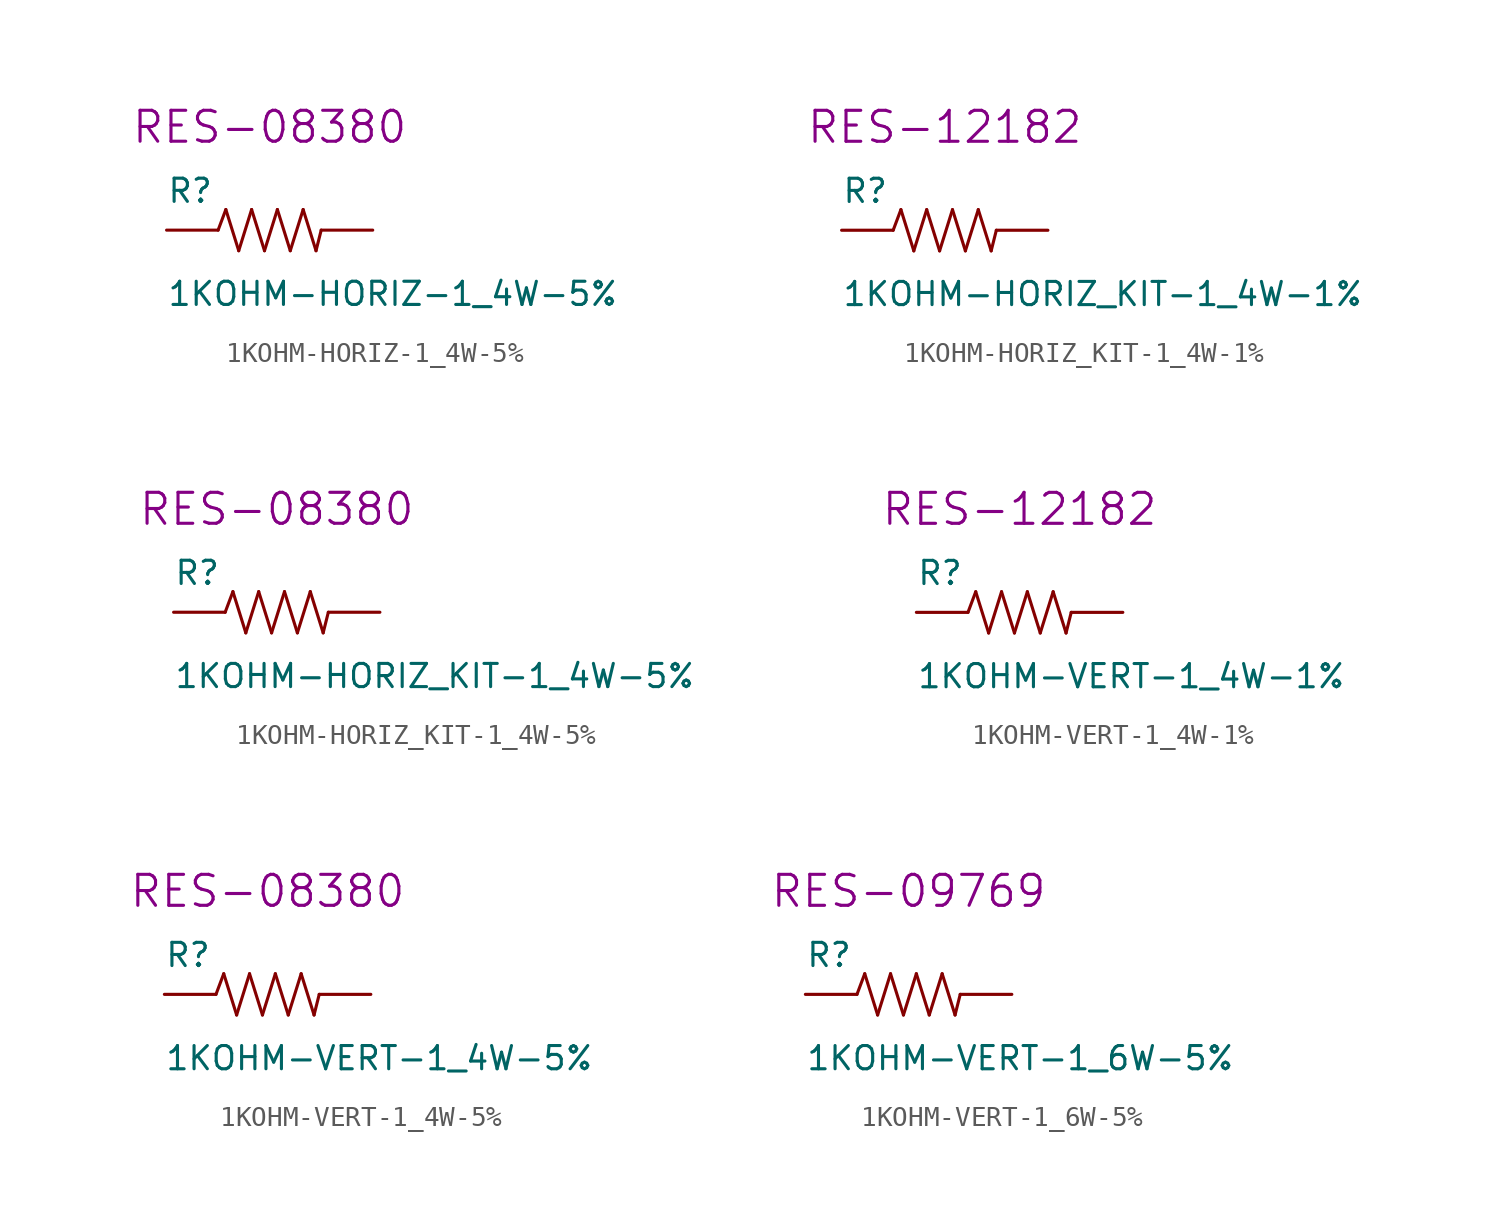
<source format=kicad_sym>
(kicad_symbol_lib
  (version 20211014)
  (generator kicad_symbol_editor)
  (symbol "1KOHM-HORIZ-1_4W-5%"
    (pin_numbers hide)
    (pin_names
      (offset 1.016) hide)
    (property "Reference" "R"
      (at -5.08 1.27 0)
      (effects (font (size 1.143 1.143)) (justify left bottom)))
    (property "Value" "1KOHM-HORIZ-1_4W-5%"
      (at -5.08 -3.81 0)
      (effects (font (size 1.143 1.143)) (justify left bottom)))
    (property "Field4" "RES-08380"
      (at 0 5.08 0)
      (effects (font (size 1.524 1.524))))
    (property "ki_locked" ""
      (at 0 0 0)
      (effects (font (size 1.27 1.27))))
    (symbol "1KOHM-HORIZ-1_4W-5%_1_0"
      (polyline (pts (xy -2.54 0) (xy -2.159 1.016)) (stroke (width 0) (type default) (color 0 0 0 0)) (fill (type none)))
      (polyline (pts (xy -2.159 1.016) (xy -1.524 -1.016)) (stroke (width 0) (type default) (color 0 0 0 0)) (fill (type none)))
      (polyline (pts (xy -1.524 -1.016) (xy -0.889 1.016)) (stroke (width 0) (type default) (color 0 0 0 0)) (fill (type none)))
      (polyline (pts (xy -0.889 1.016) (xy -0.254 -1.016)) (stroke (width 0) (type default) (color 0 0 0 0)) (fill (type none)))
      (polyline (pts (xy -0.254 -1.016) (xy 0.381 1.016)) (stroke (width 0) (type default) (color 0 0 0 0)) (fill (type none)))
      (polyline (pts (xy 0.381 1.016) (xy 1.016 -1.016)) (stroke (width 0) (type default) (color 0 0 0 0)) (fill (type none)))
      (polyline (pts (xy 1.016 -1.016) (xy 1.651 1.016)) (stroke (width 0) (type default) (color 0 0 0 0)) (fill (type none)))
      (polyline (pts (xy 1.651 1.016) (xy 2.286 -1.016)) (stroke (width 0) (type default) (color 0 0 0 0)) (fill (type none)))
      (polyline (pts (xy 2.286 -1.016) (xy 2.54 0)) (stroke (width 0) (type default) (color 0 0 0 0)) (fill (type none))))
    (symbol "1KOHM-HORIZ-1_4W-5%_1_1"
      (pin passive line (at -5.08 0 0) (length 2.54) (name "1" (effects (font (size 1.016 1.016)))) (number "P$1" (effects (font (size 1.016 1.016)))))
      (pin passive line (at 5.08 0 180) (length 2.54) (name "2" (effects (font (size 1.016 1.016)))) (number "P$2" (effects (font (size 1.016 1.016)))))))
  (symbol "1KOHM-HORIZ_KIT-1_4W-1%"
    (pin_numbers hide)
    (pin_names
      (offset 1.016) hide)
    (property "Reference" "R"
      (at -5.08 1.27 0)
      (effects (font (size 1.143 1.143)) (justify left bottom)))
    (property "Value" "1KOHM-HORIZ_KIT-1_4W-1%"
      (at -5.08 -3.81 0)
      (effects (font (size 1.143 1.143)) (justify left bottom)))
    (property "Field4" "RES-12182"
      (at 0 5.08 0)
      (effects (font (size 1.524 1.524))))
    (property "ki_locked" ""
      (at 0 0 0)
      (effects (font (size 1.27 1.27))))
    (symbol "1KOHM-HORIZ_KIT-1_4W-1%_1_0"
      (polyline (pts (xy -2.54 0) (xy -2.159 1.016)) (stroke (width 0) (type default) (color 0 0 0 0)) (fill (type none)))
      (polyline (pts (xy -2.159 1.016) (xy -1.524 -1.016)) (stroke (width 0) (type default) (color 0 0 0 0)) (fill (type none)))
      (polyline (pts (xy -1.524 -1.016) (xy -0.889 1.016)) (stroke (width 0) (type default) (color 0 0 0 0)) (fill (type none)))
      (polyline (pts (xy -0.889 1.016) (xy -0.254 -1.016)) (stroke (width 0) (type default) (color 0 0 0 0)) (fill (type none)))
      (polyline (pts (xy -0.254 -1.016) (xy 0.381 1.016)) (stroke (width 0) (type default) (color 0 0 0 0)) (fill (type none)))
      (polyline (pts (xy 0.381 1.016) (xy 1.016 -1.016)) (stroke (width 0) (type default) (color 0 0 0 0)) (fill (type none)))
      (polyline (pts (xy 1.016 -1.016) (xy 1.651 1.016)) (stroke (width 0) (type default) (color 0 0 0 0)) (fill (type none)))
      (polyline (pts (xy 1.651 1.016) (xy 2.286 -1.016)) (stroke (width 0) (type default) (color 0 0 0 0)) (fill (type none)))
      (polyline (pts (xy 2.286 -1.016) (xy 2.54 0)) (stroke (width 0) (type default) (color 0 0 0 0)) (fill (type none))))
    (symbol "1KOHM-HORIZ_KIT-1_4W-1%_1_1"
      (pin passive line (at -5.08 0 0) (length 2.54) (name "1" (effects (font (size 1.016 1.016)))) (number "P$1" (effects (font (size 1.016 1.016)))))
      (pin passive line (at 5.08 0 180) (length 2.54) (name "2" (effects (font (size 1.016 1.016)))) (number "P$2" (effects (font (size 1.016 1.016)))))))
  (symbol "1KOHM-HORIZ_KIT-1_4W-5%"
    (pin_numbers hide)
    (pin_names
      (offset 1.016) hide)
    (property "Reference" "R"
      (at -5.08 1.27 0)
      (effects (font (size 1.143 1.143)) (justify left bottom)))
    (property "Value" "1KOHM-HORIZ_KIT-1_4W-5%"
      (at -5.08 -3.81 0)
      (effects (font (size 1.143 1.143)) (justify left bottom)))
    (property "Field4" "RES-08380"
      (at 0 5.08 0)
      (effects (font (size 1.524 1.524))))
    (property "ki_locked" ""
      (at 0 0 0)
      (effects (font (size 1.27 1.27))))
    (symbol "1KOHM-HORIZ_KIT-1_4W-5%_1_0"
      (polyline (pts (xy -2.54 0) (xy -2.159 1.016)) (stroke (width 0) (type default) (color 0 0 0 0)) (fill (type none)))
      (polyline (pts (xy -2.159 1.016) (xy -1.524 -1.016)) (stroke (width 0) (type default) (color 0 0 0 0)) (fill (type none)))
      (polyline (pts (xy -1.524 -1.016) (xy -0.889 1.016)) (stroke (width 0) (type default) (color 0 0 0 0)) (fill (type none)))
      (polyline (pts (xy -0.889 1.016) (xy -0.254 -1.016)) (stroke (width 0) (type default) (color 0 0 0 0)) (fill (type none)))
      (polyline (pts (xy -0.254 -1.016) (xy 0.381 1.016)) (stroke (width 0) (type default) (color 0 0 0 0)) (fill (type none)))
      (polyline (pts (xy 0.381 1.016) (xy 1.016 -1.016)) (stroke (width 0) (type default) (color 0 0 0 0)) (fill (type none)))
      (polyline (pts (xy 1.016 -1.016) (xy 1.651 1.016)) (stroke (width 0) (type default) (color 0 0 0 0)) (fill (type none)))
      (polyline (pts (xy 1.651 1.016) (xy 2.286 -1.016)) (stroke (width 0) (type default) (color 0 0 0 0)) (fill (type none)))
      (polyline (pts (xy 2.286 -1.016) (xy 2.54 0)) (stroke (width 0) (type default) (color 0 0 0 0)) (fill (type none))))
    (symbol "1KOHM-HORIZ_KIT-1_4W-5%_1_1"
      (pin passive line (at -5.08 0 0) (length 2.54) (name "1" (effects (font (size 1.016 1.016)))) (number "P$1" (effects (font (size 1.016 1.016)))))
      (pin passive line (at 5.08 0 180) (length 2.54) (name "2" (effects (font (size 1.016 1.016)))) (number "P$2" (effects (font (size 1.016 1.016)))))))
  (symbol "1KOHM-VERT-1_4W-1%"
    (pin_numbers hide)
    (pin_names
      (offset 1.016) hide)
    (property "Reference" "R"
      (at -5.08 1.27 0)
      (effects (font (size 1.143 1.143)) (justify left bottom)))
    (property "Value" "1KOHM-VERT-1_4W-1%"
      (at -5.08 -3.81 0)
      (effects (font (size 1.143 1.143)) (justify left bottom)))
    (property "Field4" "RES-12182"
      (at 0 5.08 0)
      (effects (font (size 1.524 1.524))))
    (property "ki_locked" ""
      (at 0 0 0)
      (effects (font (size 1.27 1.27))))
    (symbol "1KOHM-VERT-1_4W-1%_1_0"
      (polyline (pts (xy -2.54 0) (xy -2.159 1.016)) (stroke (width 0) (type default) (color 0 0 0 0)) (fill (type none)))
      (polyline (pts (xy -2.159 1.016) (xy -1.524 -1.016)) (stroke (width 0) (type default) (color 0 0 0 0)) (fill (type none)))
      (polyline (pts (xy -1.524 -1.016) (xy -0.889 1.016)) (stroke (width 0) (type default) (color 0 0 0 0)) (fill (type none)))
      (polyline (pts (xy -0.889 1.016) (xy -0.254 -1.016)) (stroke (width 0) (type default) (color 0 0 0 0)) (fill (type none)))
      (polyline (pts (xy -0.254 -1.016) (xy 0.381 1.016)) (stroke (width 0) (type default) (color 0 0 0 0)) (fill (type none)))
      (polyline (pts (xy 0.381 1.016) (xy 1.016 -1.016)) (stroke (width 0) (type default) (color 0 0 0 0)) (fill (type none)))
      (polyline (pts (xy 1.016 -1.016) (xy 1.651 1.016)) (stroke (width 0) (type default) (color 0 0 0 0)) (fill (type none)))
      (polyline (pts (xy 1.651 1.016) (xy 2.286 -1.016)) (stroke (width 0) (type default) (color 0 0 0 0)) (fill (type none)))
      (polyline (pts (xy 2.286 -1.016) (xy 2.54 0)) (stroke (width 0) (type default) (color 0 0 0 0)) (fill (type none))))
    (symbol "1KOHM-VERT-1_4W-1%_1_1"
      (pin passive line (at -5.08 0 0) (length 2.54) (name "1" (effects (font (size 1.016 1.016)))) (number "P$1" (effects (font (size 1.016 1.016)))))
      (pin passive line (at 5.08 0 180) (length 2.54) (name "2" (effects (font (size 1.016 1.016)))) (number "P$2" (effects (font (size 1.016 1.016)))))))
  (symbol "1KOHM-VERT-1_4W-5%"
    (pin_numbers hide)
    (pin_names
      (offset 1.016) hide)
    (property "Reference" "R"
      (at -5.08 1.27 0)
      (effects (font (size 1.143 1.143)) (justify left bottom)))
    (property "Value" "1KOHM-VERT-1_4W-5%"
      (at -5.08 -3.81 0)
      (effects (font (size 1.143 1.143)) (justify left bottom)))
    (property "Field4" "RES-08380"
      (at 0 5.08 0)
      (effects (font (size 1.524 1.524))))
    (property "ki_locked" ""
      (at 0 0 0)
      (effects (font (size 1.27 1.27))))
    (symbol "1KOHM-VERT-1_4W-5%_1_0"
      (polyline (pts (xy -2.54 0) (xy -2.159 1.016)) (stroke (width 0) (type default) (color 0 0 0 0)) (fill (type none)))
      (polyline (pts (xy -2.159 1.016) (xy -1.524 -1.016)) (stroke (width 0) (type default) (color 0 0 0 0)) (fill (type none)))
      (polyline (pts (xy -1.524 -1.016) (xy -0.889 1.016)) (stroke (width 0) (type default) (color 0 0 0 0)) (fill (type none)))
      (polyline (pts (xy -0.889 1.016) (xy -0.254 -1.016)) (stroke (width 0) (type default) (color 0 0 0 0)) (fill (type none)))
      (polyline (pts (xy -0.254 -1.016) (xy 0.381 1.016)) (stroke (width 0) (type default) (color 0 0 0 0)) (fill (type none)))
      (polyline (pts (xy 0.381 1.016) (xy 1.016 -1.016)) (stroke (width 0) (type default) (color 0 0 0 0)) (fill (type none)))
      (polyline (pts (xy 1.016 -1.016) (xy 1.651 1.016)) (stroke (width 0) (type default) (color 0 0 0 0)) (fill (type none)))
      (polyline (pts (xy 1.651 1.016) (xy 2.286 -1.016)) (stroke (width 0) (type default) (color 0 0 0 0)) (fill (type none)))
      (polyline (pts (xy 2.286 -1.016) (xy 2.54 0)) (stroke (width 0) (type default) (color 0 0 0 0)) (fill (type none))))
    (symbol "1KOHM-VERT-1_4W-5%_1_1"
      (pin passive line (at -5.08 0 0) (length 2.54) (name "1" (effects (font (size 1.016 1.016)))) (number "P$1" (effects (font (size 1.016 1.016)))))
      (pin passive line (at 5.08 0 180) (length 2.54) (name "2" (effects (font (size 1.016 1.016)))) (number "P$2" (effects (font (size 1.016 1.016)))))))
  (symbol "1KOHM-VERT-1_6W-5%"
    (pin_numbers hide)
    (pin_names
      (offset 1.016) hide)
    (property "Reference" "R"
      (at -5.08 1.27 0)
      (effects (font (size 1.143 1.143)) (justify left bottom)))
    (property "Value" "1KOHM-VERT-1_6W-5%"
      (at -5.08 -3.81 0)
      (effects (font (size 1.143 1.143)) (justify left bottom)))
    (property "Field4" "RES-09769"
      (at 0 5.08 0)
      (effects (font (size 1.524 1.524))))
    (property "ki_locked" ""
      (at 0 0 0)
      (effects (font (size 1.27 1.27))))
    (symbol "1KOHM-VERT-1_6W-5%_1_0"
      (polyline (pts (xy -2.54 0) (xy -2.159 1.016)) (stroke (width 0) (type default) (color 0 0 0 0)) (fill (type none)))
      (polyline (pts (xy -2.159 1.016) (xy -1.524 -1.016)) (stroke (width 0) (type default) (color 0 0 0 0)) (fill (type none)))
      (polyline (pts (xy -1.524 -1.016) (xy -0.889 1.016)) (stroke (width 0) (type default) (color 0 0 0 0)) (fill (type none)))
      (polyline (pts (xy -0.889 1.016) (xy -0.254 -1.016)) (stroke (width 0) (type default) (color 0 0 0 0)) (fill (type none)))
      (polyline (pts (xy -0.254 -1.016) (xy 0.381 1.016)) (stroke (width 0) (type default) (color 0 0 0 0)) (fill (type none)))
      (polyline (pts (xy 0.381 1.016) (xy 1.016 -1.016)) (stroke (width 0) (type default) (color 0 0 0 0)) (fill (type none)))
      (polyline (pts (xy 1.016 -1.016) (xy 1.651 1.016)) (stroke (width 0) (type default) (color 0 0 0 0)) (fill (type none)))
      (polyline (pts (xy 1.651 1.016) (xy 2.286 -1.016)) (stroke (width 0) (type default) (color 0 0 0 0)) (fill (type none)))
      (polyline (pts (xy 2.286 -1.016) (xy 2.54 0)) (stroke (width 0) (type default) (color 0 0 0 0)) (fill (type none))))
    (symbol "1KOHM-VERT-1_6W-5%_1_1"
      (pin passive line (at -5.08 0 0) (length 2.54) (name "1" (effects (font (size 1.016 1.016)))) (number "P$1" (effects (font (size 1.016 1.016)))))
      (pin passive line (at 5.08 0 180) (length 2.54) (name "2" (effects (font (size 1.016 1.016)))) (number "P$2" (effects (font (size 1.016 1.016))))))))
</source>
